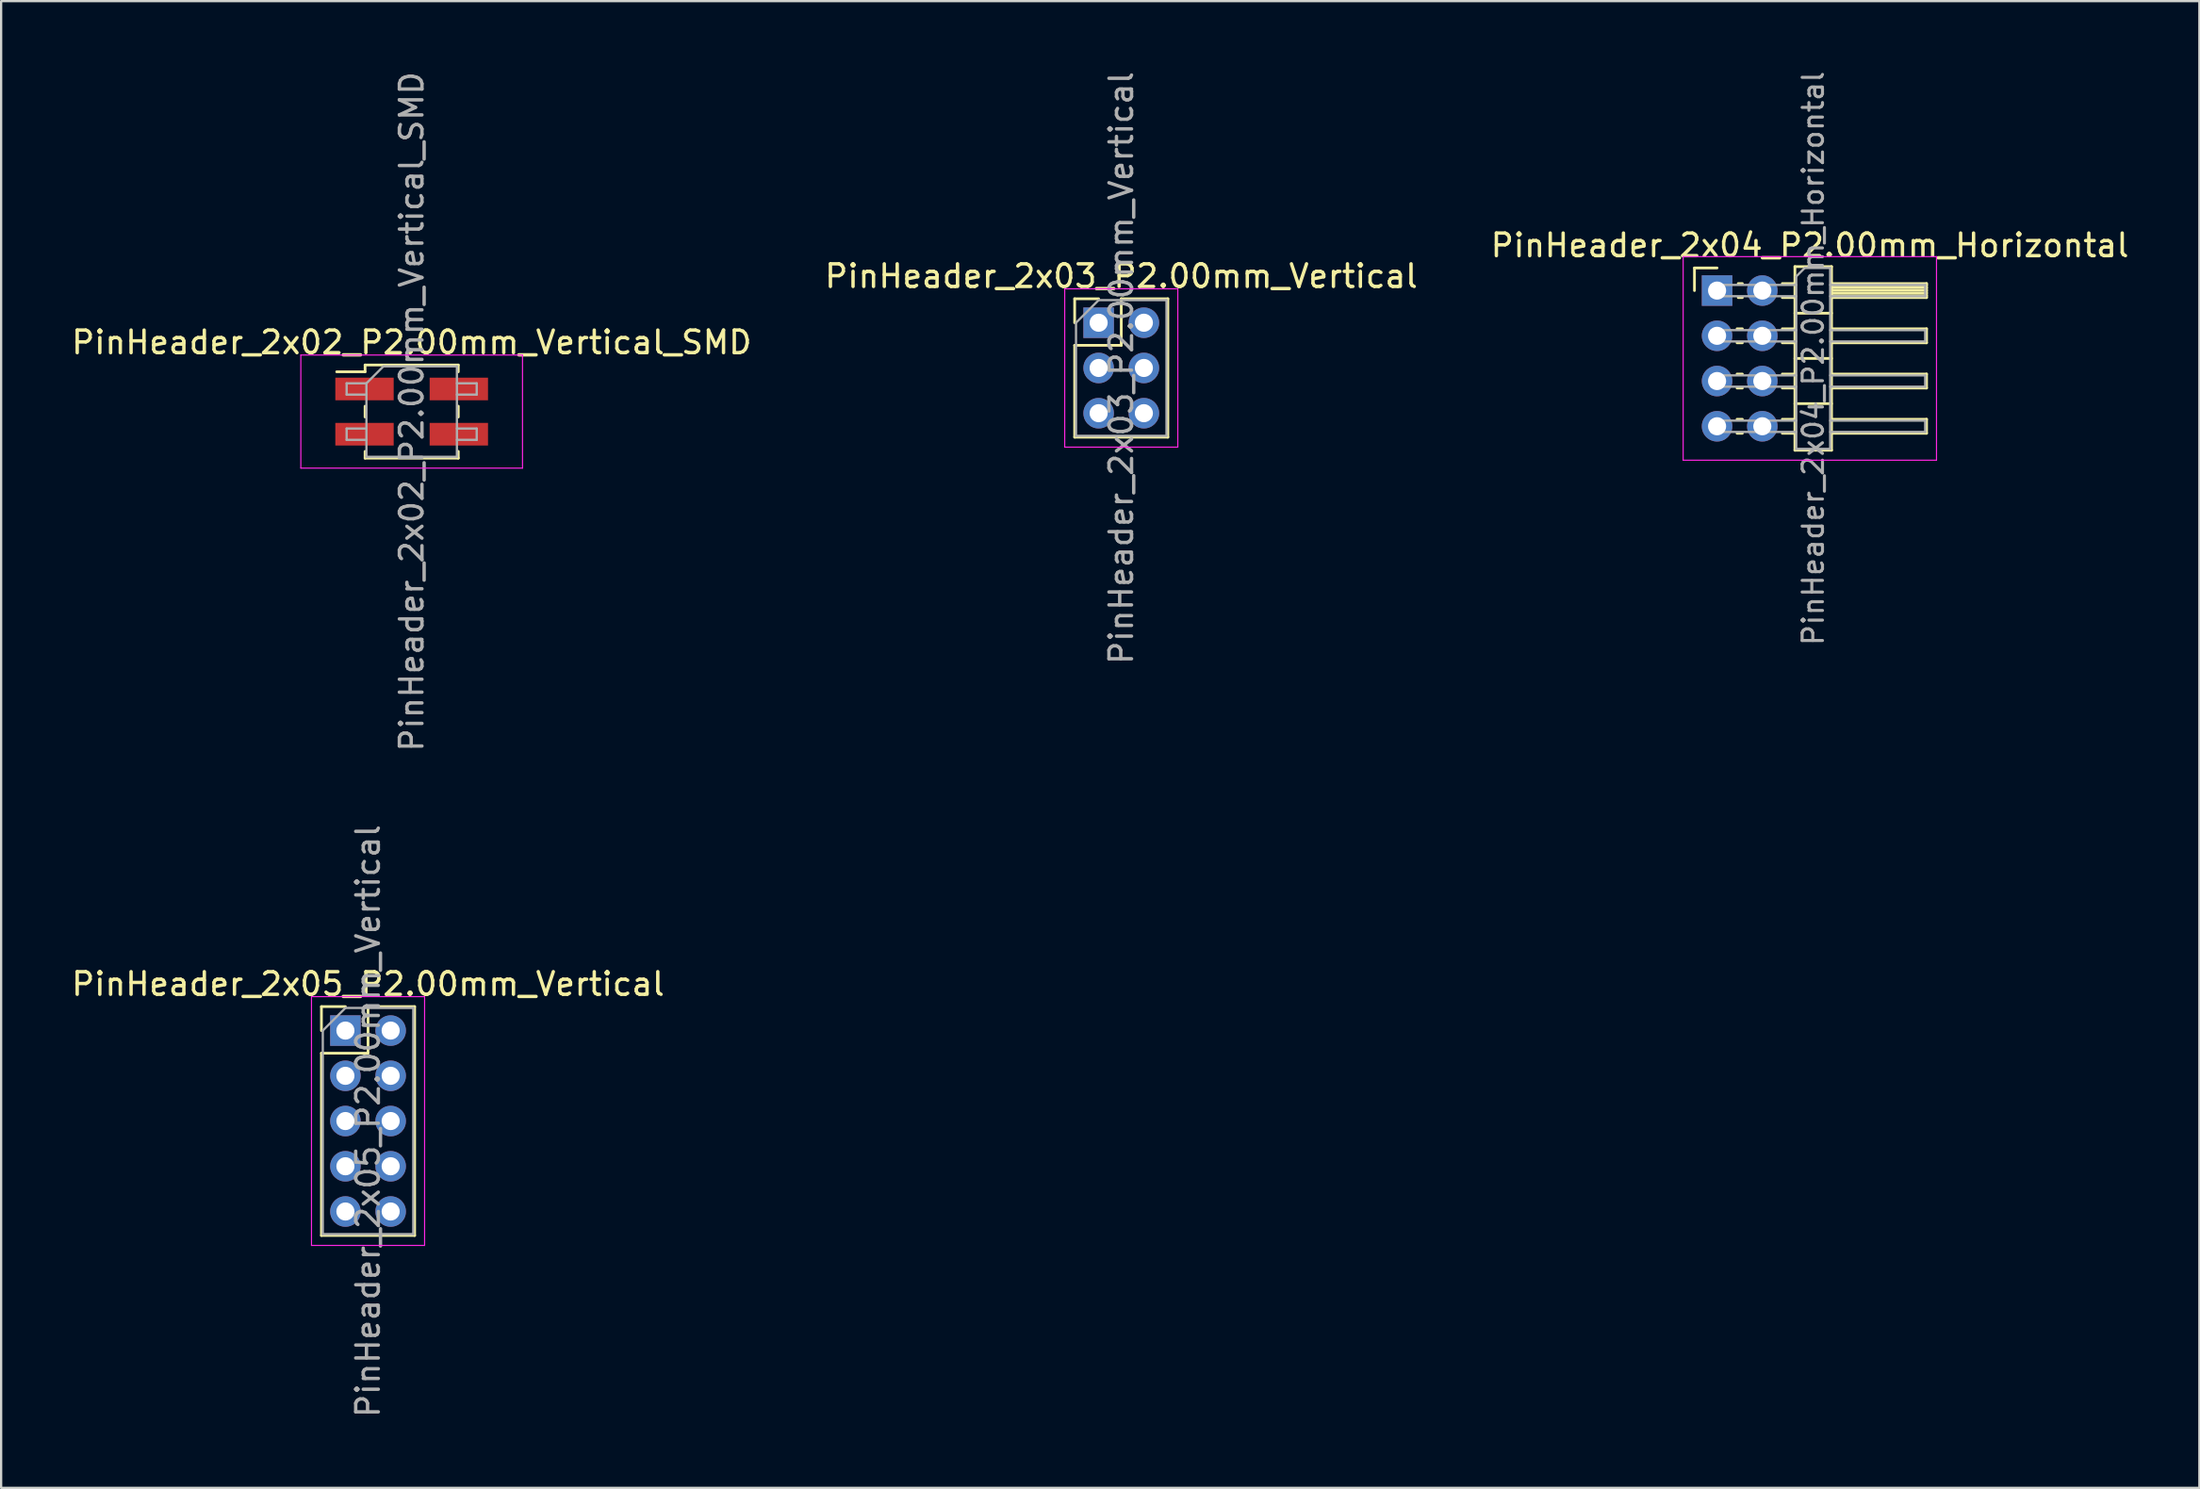
<source format=kicad_pcb>
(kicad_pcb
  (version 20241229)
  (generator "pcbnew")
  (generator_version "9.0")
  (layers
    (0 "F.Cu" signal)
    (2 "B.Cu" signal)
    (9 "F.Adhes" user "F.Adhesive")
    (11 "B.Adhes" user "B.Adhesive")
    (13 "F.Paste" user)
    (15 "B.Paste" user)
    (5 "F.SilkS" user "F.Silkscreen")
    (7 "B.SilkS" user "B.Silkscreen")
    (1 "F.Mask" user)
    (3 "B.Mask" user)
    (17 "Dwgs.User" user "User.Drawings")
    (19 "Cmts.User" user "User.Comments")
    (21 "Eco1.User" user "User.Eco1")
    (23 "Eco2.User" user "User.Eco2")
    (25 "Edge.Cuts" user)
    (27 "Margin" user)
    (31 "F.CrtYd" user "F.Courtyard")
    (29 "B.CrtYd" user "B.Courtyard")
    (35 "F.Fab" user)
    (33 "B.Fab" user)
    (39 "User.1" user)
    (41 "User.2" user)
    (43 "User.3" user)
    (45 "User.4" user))
  (footprint "PinHeader_2x05_P2.00mm_Vertical"
    (layer "F.Cu")
    (at 12.22 42.518)
    (property "Reference" "PinHeader_2x05_P2.00mm_Vertical" (at 1 -2.06 0) (layer "F.SilkS") (effects (font (size 1 1) (thickness 0.15))))
    (attr through_hole)
    (fp_line (start -1.06 -1.06) (end 0 -1.06) (stroke (width 0.12) (type solid)) (layer "F.SilkS"))
    (fp_line (start -1.06 0) (end -1.06 -1.06) (stroke (width 0.12) (type solid)) (layer "F.SilkS"))
    (fp_line (start -1.06 1) (end -1.06 9.06) (stroke (width 0.12) (type solid)) (layer "F.SilkS"))
    (fp_line (start -1.06 1) (end 1 1) (stroke (width 0.12) (type solid)) (layer "F.SilkS"))
    (fp_line (start -1.06 9.06) (end 3.06 9.06) (stroke (width 0.12) (type solid)) (layer "F.SilkS"))
    (fp_line (start 1 -1.06) (end 3.06 -1.06) (stroke (width 0.12) (type solid)) (layer "F.SilkS"))
    (fp_line (start 1 1) (end 1 -1.06) (stroke (width 0.12) (type solid)) (layer "F.SilkS"))
    (fp_line (start 3.06 -1.06) (end 3.06 9.06) (stroke (width 0.12) (type solid)) (layer "F.SilkS"))
    (fp_line (start -1.5 -1.5) (end -1.5 9.5) (stroke (width 0.05) (type solid)) (layer "F.CrtYd"))
    (fp_line (start -1.5 9.5) (end 3.5 9.5) (stroke (width 0.05) (type solid)) (layer "F.CrtYd"))
    (fp_line (start 3.5 -1.5) (end -1.5 -1.5) (stroke (width 0.05) (type solid)) (layer "F.CrtYd"))
    (fp_line (start 3.5 9.5) (end 3.5 -1.5) (stroke (width 0.05) (type solid)) (layer "F.CrtYd"))
    (fp_line (start -1 0) (end 0 -1) (stroke (width 0.1) (type solid)) (layer "F.Fab"))
    (fp_line (start -1 9) (end -1 0) (stroke (width 0.1) (type solid)) (layer "F.Fab"))
    (fp_line (start 0 -1) (end 3 -1) (stroke (width 0.1) (type solid)) (layer "F.Fab"))
    (fp_line (start 3 -1) (end 3 9) (stroke (width 0.1) (type solid)) (layer "F.Fab"))
    (fp_line (start 3 9) (end -1 9) (stroke (width 0.1) (type solid)) (layer "F.Fab"))
    (fp_text user "${REFERENCE}" (at 1 4 90) (layer "F.Fab") (effects (font (size 1 1) (thickness 0.15))))
    (pad "1" thru_hole rect (at 0 0) (size 1.35 1.35) (drill 0.8) (layers "*.Cu" "*.Mask"))
    (pad "2" thru_hole oval (at 2 0) (size 1.35 1.35) (drill 0.8) (layers "*.Cu" "*.Mask"))
    (pad "3" thru_hole oval (at 0 2) (size 1.35 1.35) (drill 0.8) (layers "*.Cu" "*.Mask"))
    (pad "4" thru_hole oval (at 2 2) (size 1.35 1.35) (drill 0.8) (layers "*.Cu" "*.Mask"))
    (pad "5" thru_hole oval (at 0 4) (size 1.35 1.35) (drill 0.8) (layers "*.Cu" "*.Mask"))
    (pad "6" thru_hole oval (at 2 4) (size 1.35 1.35) (drill 0.8) (layers "*.Cu" "*.Mask"))
    (pad "7" thru_hole oval (at 0 6) (size 1.35 1.35) (drill 0.8) (layers "*.Cu" "*.Mask"))
    (pad "8" thru_hole oval (at 2 6) (size 1.35 1.35) (drill 0.8) (layers "*.Cu" "*.Mask"))
    (pad "9" thru_hole oval (at 0 8) (size 1.35 1.35) (drill 0.8) (layers "*.Cu" "*.Mask"))
    (pad "10" thru_hole oval (at 2 8) (size 1.35 1.35) (drill 0.8) (layers "*.Cu" "*.Mask")))
  (footprint "PinHeader_2x02_P2.00mm_Vertical_SMD"
    (layer "F.Cu")
    (at 15.149 15.149)
    (property "Reference" "PinHeader_2x02_P2.00mm_Vertical_SMD" (at 0 -3.06 0) (layer "F.SilkS") (effects (font (size 1 1) (thickness 0.15))))
    (attr smd)
    (fp_line (start -3.315 -1.76) (end -2.06 -1.76) (stroke (width 0.12) (type solid)) (layer "F.SilkS"))
    (fp_line (start -2.06 -2.06) (end -2.06 -1.76) (stroke (width 0.12) (type solid)) (layer "F.SilkS"))
    (fp_line (start -2.06 -2.06) (end 2.06 -2.06) (stroke (width 0.12) (type solid)) (layer "F.SilkS"))
    (fp_line (start -2.06 -0.24) (end -2.06 0.24) (stroke (width 0.12) (type solid)) (layer "F.SilkS"))
    (fp_line (start -2.06 1.76) (end -2.06 2.06) (stroke (width 0.12) (type solid)) (layer "F.SilkS"))
    (fp_line (start -2.06 2.06) (end 2.06 2.06) (stroke (width 0.12) (type solid)) (layer "F.SilkS"))
    (fp_line (start 2.06 -2.06) (end 2.06 -1.76) (stroke (width 0.12) (type solid)) (layer "F.SilkS"))
    (fp_line (start 2.06 -0.24) (end 2.06 0.24) (stroke (width 0.12) (type solid)) (layer "F.SilkS"))
    (fp_line (start 2.06 1.76) (end 2.06 2.06) (stroke (width 0.12) (type solid)) (layer "F.SilkS"))
    (fp_line (start -4.9 -2.5) (end -4.9 2.5) (stroke (width 0.05) (type solid)) (layer "F.CrtYd"))
    (fp_line (start -4.9 2.5) (end 4.9 2.5) (stroke (width 0.05) (type solid)) (layer "F.CrtYd"))
    (fp_line (start 4.9 -2.5) (end -4.9 -2.5) (stroke (width 0.05) (type solid)) (layer "F.CrtYd"))
    (fp_line (start 4.9 2.5) (end 4.9 -2.5) (stroke (width 0.05) (type solid)) (layer "F.CrtYd"))
    (fp_line (start -2.875 -1.25) (end -2.875 -0.75) (stroke (width 0.1) (type solid)) (layer "F.Fab"))
    (fp_line (start -2.875 -0.75) (end -2 -0.75) (stroke (width 0.1) (type solid)) (layer "F.Fab"))
    (fp_line (start -2.875 0.75) (end -2.875 1.25) (stroke (width 0.1) (type solid)) (layer "F.Fab"))
    (fp_line (start -2.875 1.25) (end -2 1.25) (stroke (width 0.1) (type solid)) (layer "F.Fab"))
    (fp_line (start -2 -1.25) (end -2.875 -1.25) (stroke (width 0.1) (type solid)) (layer "F.Fab"))
    (fp_line (start -2 -1.25) (end -1.25 -2) (stroke (width 0.1) (type solid)) (layer "F.Fab"))
    (fp_line (start -2 0.75) (end -2.875 0.75) (stroke (width 0.1) (type solid)) (layer "F.Fab"))
    (fp_line (start -2 2) (end -2 -1.25) (stroke (width 0.1) (type solid)) (layer "F.Fab"))
    (fp_line (start -1.25 -2) (end 2 -2) (stroke (width 0.1) (type solid)) (layer "F.Fab"))
    (fp_line (start 2 -2) (end 2 2) (stroke (width 0.1) (type solid)) (layer "F.Fab"))
    (fp_line (start 2 -1.25) (end 2.875 -1.25) (stroke (width 0.1) (type solid)) (layer "F.Fab"))
    (fp_line (start 2 0.75) (end 2.875 0.75) (stroke (width 0.1) (type solid)) (layer "F.Fab"))
    (fp_line (start 2 2) (end -2 2) (stroke (width 0.1) (type solid)) (layer "F.Fab"))
    (fp_line (start 2.875 -1.25) (end 2.875 -0.75) (stroke (width 0.1) (type solid)) (layer "F.Fab"))
    (fp_line (start 2.875 -0.75) (end 2 -0.75) (stroke (width 0.1) (type solid)) (layer "F.Fab"))
    (fp_line (start 2.875 0.75) (end 2.875 1.25) (stroke (width 0.1) (type solid)) (layer "F.Fab"))
    (fp_line (start 2.875 1.25) (end 2 1.25) (stroke (width 0.1) (type solid)) (layer "F.Fab"))
    (fp_text user "${REFERENCE}" (at 0 0 90) (layer "F.Fab") (effects (font (size 1 1) (thickness 0.15))))
    (pad "1" smd rect (at -2.085 -1) (size 2.58 1) (layers "F.Cu" "F.Mask" "F.Paste"))
    (pad "2" smd rect (at 2.085 -1) (size 2.58 1) (layers "F.Cu" "F.Mask" "F.Paste"))
    (pad "3" smd rect (at -2.085 1) (size 2.58 1) (layers "F.Cu" "F.Mask" "F.Paste"))
    (pad "4" smd rect (at 2.085 1) (size 2.58 1) (layers "F.Cu" "F.Mask" "F.Paste")))
  (footprint "PinHeader_2x04_P2.00mm_Horizontal"
    (layer "F.Cu")
    (at 72.858 9.798)
    (property "Reference" "PinHeader_2x04_P2.00mm_Horizontal" (at 4.1 -2 0) (layer "F.SilkS") (effects (font (size 1 1) (thickness 0.15))))
    (attr through_hole)
    (fp_line (start -1 -1) (end 0 -1) (stroke (width 0.12) (type solid)) (layer "F.SilkS"))
    (fp_line (start -1 0) (end -1 -1) (stroke (width 0.12) (type solid)) (layer "F.SilkS"))
    (fp_line (start 0.882 1.69) (end 1.118 1.69) (stroke (width 0.12) (type solid)) (layer "F.SilkS"))
    (fp_line (start 0.882 2.31) (end 1.118 2.31) (stroke (width 0.12) (type solid)) (layer "F.SilkS"))
    (fp_line (start 0.882 3.69) (end 1.118 3.69) (stroke (width 0.12) (type solid)) (layer "F.SilkS"))
    (fp_line (start 0.882 4.31) (end 1.118 4.31) (stroke (width 0.12) (type solid)) (layer "F.SilkS"))
    (fp_line (start 0.882 5.69) (end 1.118 5.69) (stroke (width 0.12) (type solid)) (layer "F.SilkS"))
    (fp_line (start 0.882 6.31) (end 1.118 6.31) (stroke (width 0.12) (type solid)) (layer "F.SilkS"))
    (fp_line (start 0.935 -0.31) (end 1.118 -0.31) (stroke (width 0.12) (type solid)) (layer "F.SilkS"))
    (fp_line (start 0.935 0.31) (end 1.118 0.31) (stroke (width 0.12) (type solid)) (layer "F.SilkS"))
    (fp_line (start 2.882 -0.31) (end 3.44 -0.31) (stroke (width 0.12) (type solid)) (layer "F.SilkS"))
    (fp_line (start 2.882 0.31) (end 3.44 0.31) (stroke (width 0.12) (type solid)) (layer "F.SilkS"))
    (fp_line (start 2.882 1.69) (end 3.44 1.69) (stroke (width 0.12) (type solid)) (layer "F.SilkS"))
    (fp_line (start 2.882 2.31) (end 3.44 2.31) (stroke (width 0.12) (type solid)) (layer "F.SilkS"))
    (fp_line (start 2.882 3.69) (end 3.44 3.69) (stroke (width 0.12) (type solid)) (layer "F.SilkS"))
    (fp_line (start 2.882 4.31) (end 3.44 4.31) (stroke (width 0.12) (type solid)) (layer "F.SilkS"))
    (fp_line (start 2.882 5.69) (end 3.44 5.69) (stroke (width 0.12) (type solid)) (layer "F.SilkS"))
    (fp_line (start 2.882 6.31) (end 3.44 6.31) (stroke (width 0.12) (type solid)) (layer "F.SilkS"))
    (fp_line (start 3.44 -1.06) (end 3.44 7.06) (stroke (width 0.12) (type solid)) (layer "F.SilkS"))
    (fp_line (start 3.44 1) (end 5.06 1) (stroke (width 0.12) (type solid)) (layer "F.SilkS"))
    (fp_line (start 3.44 3) (end 5.06 3) (stroke (width 0.12) (type solid)) (layer "F.SilkS"))
    (fp_line (start 3.44 5) (end 5.06 5) (stroke (width 0.12) (type solid)) (layer "F.SilkS"))
    (fp_line (start 3.44 7.06) (end 5.06 7.06) (stroke (width 0.12) (type solid)) (layer "F.SilkS"))
    (fp_line (start 5.06 -1.06) (end 3.44 -1.06) (stroke (width 0.12) (type solid)) (layer "F.SilkS"))
    (fp_line (start 5.06 -0.31) (end 9.26 -0.31) (stroke (width 0.12) (type solid)) (layer "F.SilkS"))
    (fp_line (start 5.06 -0.25) (end 9.26 -0.25) (stroke (width 0.12) (type solid)) (layer "F.SilkS"))
    (fp_line (start 5.06 -0.13) (end 9.26 -0.13) (stroke (width 0.12) (type solid)) (layer "F.SilkS"))
    (fp_line (start 5.06 -0.01) (end 9.26 -0.01) (stroke (width 0.12) (type solid)) (layer "F.SilkS"))
    (fp_line (start 5.06 0.11) (end 9.26 0.11) (stroke (width 0.12) (type solid)) (layer "F.SilkS"))
    (fp_line (start 5.06 0.23) (end 9.26 0.23) (stroke (width 0.12) (type solid)) (layer "F.SilkS"))
    (fp_line (start 5.06 1.69) (end 9.26 1.69) (stroke (width 0.12) (type solid)) (layer "F.SilkS"))
    (fp_line (start 5.06 3.69) (end 9.26 3.69) (stroke (width 0.12) (type solid)) (layer "F.SilkS"))
    (fp_line (start 5.06 5.69) (end 9.26 5.69) (stroke (width 0.12) (type solid)) (layer "F.SilkS"))
    (fp_line (start 5.06 7.06) (end 5.06 -1.06) (stroke (width 0.12) (type solid)) (layer "F.SilkS"))
    (fp_line (start 9.26 -0.31) (end 9.26 0.31) (stroke (width 0.12) (type solid)) (layer "F.SilkS"))
    (fp_line (start 9.26 0.31) (end 5.06 0.31) (stroke (width 0.12) (type solid)) (layer "F.SilkS"))
    (fp_line (start 9.26 1.69) (end 9.26 2.31) (stroke (width 0.12) (type solid)) (layer "F.SilkS"))
    (fp_line (start 9.26 2.31) (end 5.06 2.31) (stroke (width 0.12) (type solid)) (layer "F.SilkS"))
    (fp_line (start 9.26 3.69) (end 9.26 4.31) (stroke (width 0.12) (type solid)) (layer "F.SilkS"))
    (fp_line (start 9.26 4.31) (end 5.06 4.31) (stroke (width 0.12) (type solid)) (layer "F.SilkS"))
    (fp_line (start 9.26 5.69) (end 9.26 6.31) (stroke (width 0.12) (type solid)) (layer "F.SilkS"))
    (fp_line (start 9.26 6.31) (end 5.06 6.31) (stroke (width 0.12) (type solid)) (layer "F.SilkS"))
    (fp_line (start -1.5 -1.5) (end -1.5 7.5) (stroke (width 0.05) (type solid)) (layer "F.CrtYd"))
    (fp_line (start -1.5 7.5) (end 9.7 7.5) (stroke (width 0.05) (type solid)) (layer "F.CrtYd"))
    (fp_line (start 9.7 -1.5) (end -1.5 -1.5) (stroke (width 0.05) (type solid)) (layer "F.CrtYd"))
    (fp_line (start 9.7 7.5) (end 9.7 -1.5) (stroke (width 0.05) (type solid)) (layer "F.CrtYd"))
    (fp_line (start -0.25 -0.25) (end -0.25 0.25) (stroke (width 0.1) (type solid)) (layer "F.Fab"))
    (fp_line (start -0.25 -0.25) (end 3.5 -0.25) (stroke (width 0.1) (type solid)) (layer "F.Fab"))
    (fp_line (start -0.25 0.25) (end 3.5 0.25) (stroke (width 0.1) (type solid)) (layer "F.Fab"))
    (fp_line (start -0.25 1.75) (end -0.25 2.25) (stroke (width 0.1) (type solid)) (layer "F.Fab"))
    (fp_line (start -0.25 1.75) (end 3.5 1.75) (stroke (width 0.1) (type solid)) (layer "F.Fab"))
    (fp_line (start -0.25 2.25) (end 3.5 2.25) (stroke (width 0.1) (type solid)) (layer "F.Fab"))
    (fp_line (start -0.25 3.75) (end -0.25 4.25) (stroke (width 0.1) (type solid)) (layer "F.Fab"))
    (fp_line (start -0.25 3.75) (end 3.5 3.75) (stroke (width 0.1) (type solid)) (layer "F.Fab"))
    (fp_line (start -0.25 4.25) (end 3.5 4.25) (stroke (width 0.1) (type solid)) (layer "F.Fab"))
    (fp_line (start -0.25 5.75) (end -0.25 6.25) (stroke (width 0.1) (type solid)) (layer "F.Fab"))
    (fp_line (start -0.25 5.75) (end 3.5 5.75) (stroke (width 0.1) (type solid)) (layer "F.Fab"))
    (fp_line (start -0.25 6.25) (end 3.5 6.25) (stroke (width 0.1) (type solid)) (layer "F.Fab"))
    (fp_line (start 3.5 -0.625) (end 3.875 -1) (stroke (width 0.1) (type solid)) (layer "F.Fab"))
    (fp_line (start 3.5 7) (end 3.5 -0.625) (stroke (width 0.1) (type solid)) (layer "F.Fab"))
    (fp_line (start 3.875 -1) (end 5 -1) (stroke (width 0.1) (type solid)) (layer "F.Fab"))
    (fp_line (start 5 -1) (end 5 7) (stroke (width 0.1) (type solid)) (layer "F.Fab"))
    (fp_line (start 5 -0.25) (end 9.2 -0.25) (stroke (width 0.1) (type solid)) (layer "F.Fab"))
    (fp_line (start 5 0.25) (end 9.2 0.25) (stroke (width 0.1) (type solid)) (layer "F.Fab"))
    (fp_line (start 5 1.75) (end 9.2 1.75) (stroke (width 0.1) (type solid)) (layer "F.Fab"))
    (fp_line (start 5 2.25) (end 9.2 2.25) (stroke (width 0.1) (type solid)) (layer "F.Fab"))
    (fp_line (start 5 3.75) (end 9.2 3.75) (stroke (width 0.1) (type solid)) (layer "F.Fab"))
    (fp_line (start 5 4.25) (end 9.2 4.25) (stroke (width 0.1) (type solid)) (layer "F.Fab"))
    (fp_line (start 5 5.75) (end 9.2 5.75) (stroke (width 0.1) (type solid)) (layer "F.Fab"))
    (fp_line (start 5 6.25) (end 9.2 6.25) (stroke (width 0.1) (type solid)) (layer "F.Fab"))
    (fp_line (start 5 7) (end 3.5 7) (stroke (width 0.1) (type solid)) (layer "F.Fab"))
    (fp_line (start 9.2 -0.25) (end 9.2 0.25) (stroke (width 0.1) (type solid)) (layer "F.Fab"))
    (fp_line (start 9.2 1.75) (end 9.2 2.25) (stroke (width 0.1) (type solid)) (layer "F.Fab"))
    (fp_line (start 9.2 3.75) (end 9.2 4.25) (stroke (width 0.1) (type solid)) (layer "F.Fab"))
    (fp_line (start 9.2 5.75) (end 9.2 6.25) (stroke (width 0.1) (type solid)) (layer "F.Fab"))
    (fp_text user "${REFERENCE}" (at 4.25 3 90) (layer "F.Fab") (effects (font (size 0.9 0.9) (thickness 0.135))))
    (pad "1" thru_hole rect (at 0 0) (size 1.35 1.35) (drill 0.8) (layers "*.Cu" "*.Mask"))
    (pad "2" thru_hole oval (at 2 0) (size 1.35 1.35) (drill 0.8) (layers "*.Cu" "*.Mask"))
    (pad "3" thru_hole oval (at 0 2) (size 1.35 1.35) (drill 0.8) (layers "*.Cu" "*.Mask"))
    (pad "4" thru_hole oval (at 2 2) (size 1.35 1.35) (drill 0.8) (layers "*.Cu" "*.Mask"))
    (pad "5" thru_hole oval (at 0 4) (size 1.35 1.35) (drill 0.8) (layers "*.Cu" "*.Mask"))
    (pad "6" thru_hole oval (at 2 4) (size 1.35 1.35) (drill 0.8) (layers "*.Cu" "*.Mask"))
    (pad "7" thru_hole oval (at 0 6) (size 1.35 1.35) (drill 0.8) (layers "*.Cu" "*.Mask"))
    (pad "8" thru_hole oval (at 2 6) (size 1.35 1.35) (drill 0.8) (layers "*.Cu" "*.Mask")))
  (footprint "PinHeader_2x03_P2.00mm_Vertical"
    (layer "F.Cu")
    (at 45.518 11.22)
    (property "Reference" "PinHeader_2x03_P2.00mm_Vertical" (at 1 -2.06 0) (layer "F.SilkS") (effects (font (size 1 1) (thickness 0.15))))
    (attr through_hole)
    (fp_line (start -1.06 -1.06) (end 0 -1.06) (stroke (width 0.12) (type solid)) (layer "F.SilkS"))
    (fp_line (start -1.06 0) (end -1.06 -1.06) (stroke (width 0.12) (type solid)) (layer "F.SilkS"))
    (fp_line (start -1.06 1) (end -1.06 5.06) (stroke (width 0.12) (type solid)) (layer "F.SilkS"))
    (fp_line (start -1.06 1) (end 1 1) (stroke (width 0.12) (type solid)) (layer "F.SilkS"))
    (fp_line (start -1.06 5.06) (end 3.06 5.06) (stroke (width 0.12) (type solid)) (layer "F.SilkS"))
    (fp_line (start 1 -1.06) (end 3.06 -1.06) (stroke (width 0.12) (type solid)) (layer "F.SilkS"))
    (fp_line (start 1 1) (end 1 -1.06) (stroke (width 0.12) (type solid)) (layer "F.SilkS"))
    (fp_line (start 3.06 -1.06) (end 3.06 5.06) (stroke (width 0.12) (type solid)) (layer "F.SilkS"))
    (fp_line (start -1.5 -1.5) (end -1.5 5.5) (stroke (width 0.05) (type solid)) (layer "F.CrtYd"))
    (fp_line (start -1.5 5.5) (end 3.5 5.5) (stroke (width 0.05) (type solid)) (layer "F.CrtYd"))
    (fp_line (start 3.5 -1.5) (end -1.5 -1.5) (stroke (width 0.05) (type solid)) (layer "F.CrtYd"))
    (fp_line (start 3.5 5.5) (end 3.5 -1.5) (stroke (width 0.05) (type solid)) (layer "F.CrtYd"))
    (fp_line (start -1 0) (end 0 -1) (stroke (width 0.1) (type solid)) (layer "F.Fab"))
    (fp_line (start -1 5) (end -1 0) (stroke (width 0.1) (type solid)) (layer "F.Fab"))
    (fp_line (start 0 -1) (end 3 -1) (stroke (width 0.1) (type solid)) (layer "F.Fab"))
    (fp_line (start 3 -1) (end 3 5) (stroke (width 0.1) (type solid)) (layer "F.Fab"))
    (fp_line (start 3 5) (end -1 5) (stroke (width 0.1) (type solid)) (layer "F.Fab"))
    (fp_text user "${REFERENCE}" (at 1 2 90) (layer "F.Fab") (effects (font (size 1 1) (thickness 0.15))))
    (pad "1" thru_hole rect (at 0 0) (size 1.35 1.35) (drill 0.8) (layers "*.Cu" "*.Mask"))
    (pad "2" thru_hole oval (at 2 0) (size 1.35 1.35) (drill 0.8) (layers "*.Cu" "*.Mask"))
    (pad "3" thru_hole oval (at 0 2) (size 1.35 1.35) (drill 0.8) (layers "*.Cu" "*.Mask"))
    (pad "4" thru_hole oval (at 2 2) (size 1.35 1.35) (drill 0.8) (layers "*.Cu" "*.Mask"))
    (pad "5" thru_hole oval (at 0 4) (size 1.35 1.35) (drill 0.8) (layers "*.Cu" "*.Mask"))
    (pad "6" thru_hole oval (at 2 4) (size 1.35 1.35) (drill 0.8) (layers "*.Cu" "*.Mask")))
  (gr_rect
    (start -3 -3)
    (end 94.179 62.738)
    (stroke (width 0.1) (type default))
    (fill no)
    (layer "Edge.Cuts")))
</source>
